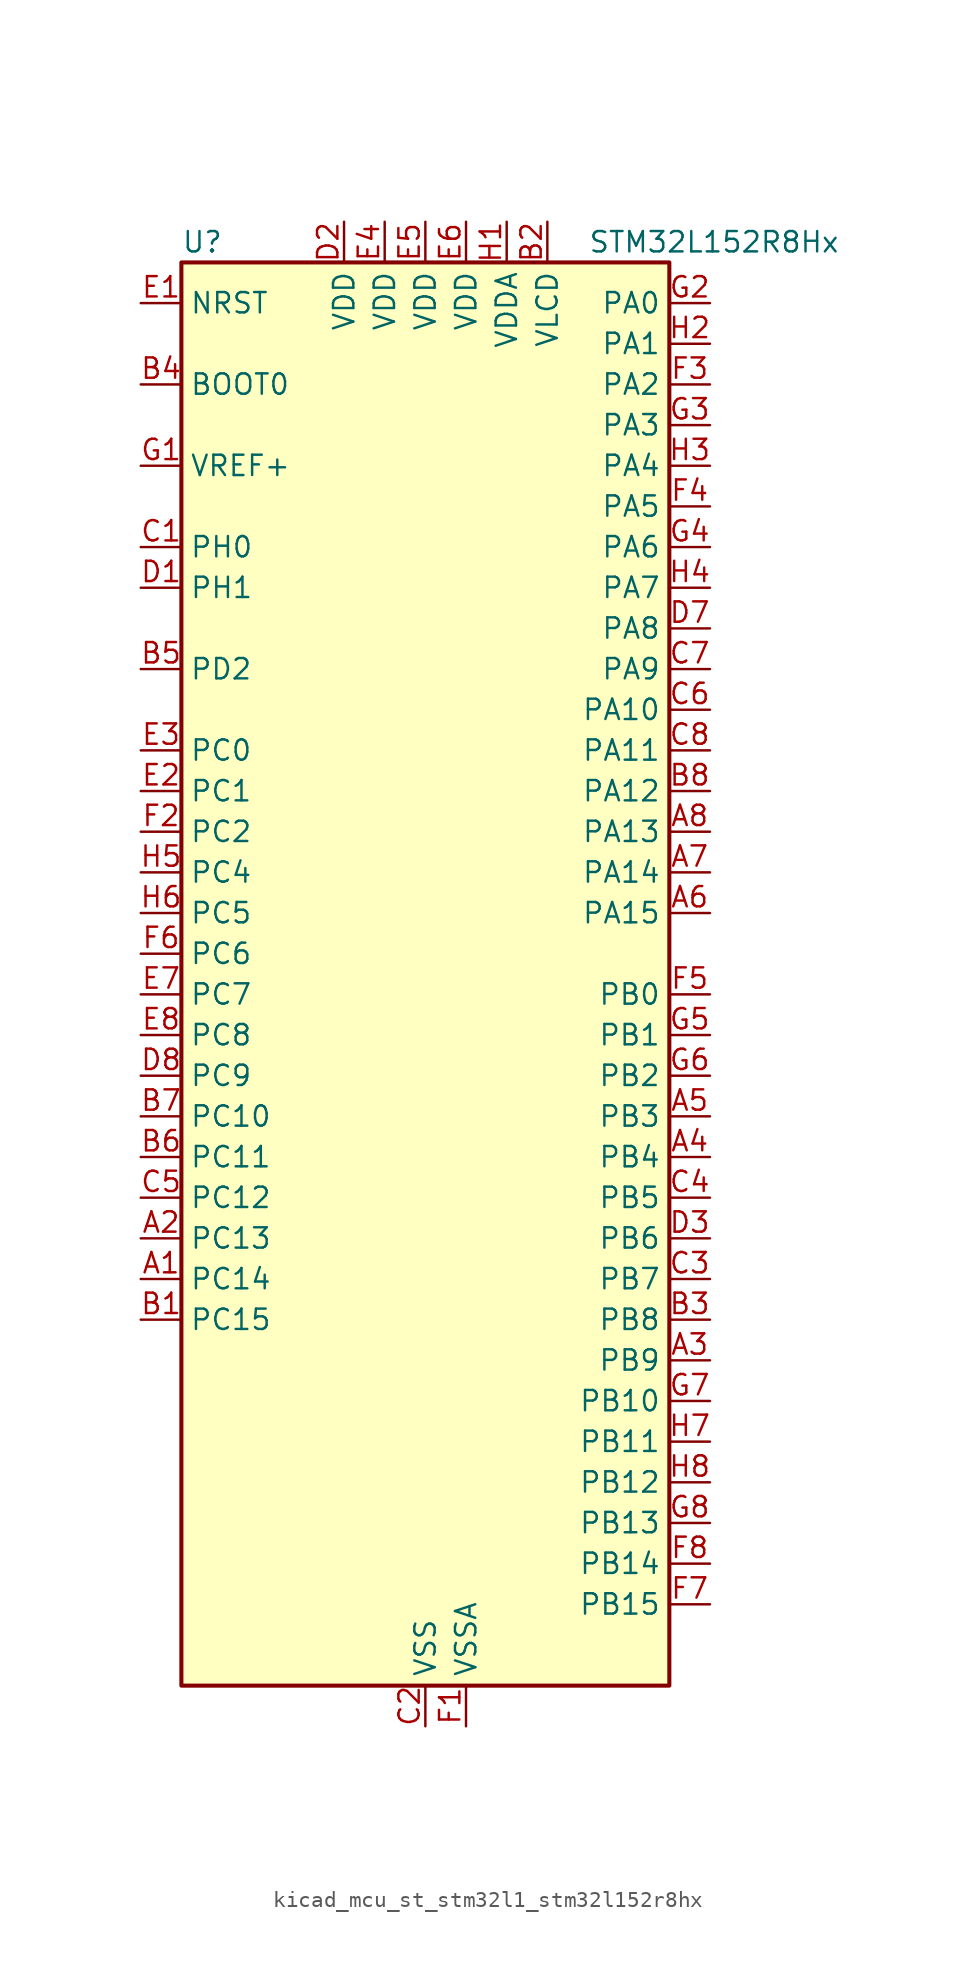
<source format=kicad_sym>
(kicad_symbol_lib
  (version 20220914)
  (generator kicad_symbol_editor)
  (symbol "kicad_mcu_st_stm32l1_stm32l152r8hx"
    (property "Reference" "U"
      (at -15.24 46.99 0)
      (effects (font (size 1.27 1.27)) (justify left)))
    (property "Value" "STM32L152R8Hx"
      (at 10.16 46.99 0)
      (effects (font (size 1.27 1.27)) (justify left)))
    (property "ki_locked" ""
      (at 0 0 0)
      (effects (font (size 1.27 1.27))))
    (symbol "kicad_mcu_st_stm32l1_stm32l152r8hx_0_1"
      (rectangle (start -15.24 -43.18) (end 15.24 45.72) (stroke (width 0.254) (type default)) (fill (type background))))
    (symbol "kicad_mcu_st_stm32l1_stm32l152r8hx_1_1"
      (pin bidirectional line (at -17.78 -17.78 0) (length 2.54) (name "PC14" (effects (font (size 1.27 1.27)))) (number "A1" (effects (font (size 1.27 1.27)))) (alternate "RCC_OSC32_IN" bidirectional line) (alternate "TIMX_IC3" bidirectional line))
      (pin bidirectional line (at -17.78 -15.24 0) (length 2.54) (name "PC13" (effects (font (size 1.27 1.27)))) (number "A2" (effects (font (size 1.27 1.27)))) (alternate "RTC_OUT_ALARM" bidirectional line) (alternate "RTC_OUT_CALIB" bidirectional line) (alternate "RTC_TAMP1" bidirectional line) (alternate "RTC_TS" bidirectional line) (alternate "SYS_WKUP2" bidirectional line) (alternate "TIMX_IC2" bidirectional line))
      (pin bidirectional line (at 17.78 -22.86 180) (length 2.54) (name "PB9" (effects (font (size 1.27 1.27)))) (number "A3" (effects (font (size 1.27 1.27)))) (alternate "DAC_EXTI9" bidirectional line) (alternate "I2C1_SDA" bidirectional line) (alternate "LCD_COM3" bidirectional line) (alternate "TIM11_CH1" bidirectional line) (alternate "TIM4_CH4" bidirectional line))
      (pin bidirectional line (at 17.78 -10.16 180) (length 2.54) (name "PB4" (effects (font (size 1.27 1.27)))) (number "A4" (effects (font (size 1.27 1.27)))) (alternate "COMP2_INP" bidirectional line) (alternate "LCD_SEG8" bidirectional line) (alternate "SPI1_MISO" bidirectional line) (alternate "SYS_JTRST" bidirectional line) (alternate "TIM3_CH1" bidirectional line) (alternate "TS_G6_IO1" bidirectional line))
      (pin bidirectional line (at 17.78 -7.62 180) (length 2.54) (name "PB3" (effects (font (size 1.27 1.27)))) (number "A5" (effects (font (size 1.27 1.27)))) (alternate "COMP2_INM" bidirectional line) (alternate "LCD_SEG7" bidirectional line) (alternate "SPI1_SCK" bidirectional line) (alternate "SYS_JTDO-TRACESWO" bidirectional line) (alternate "TIM2_CH2" bidirectional line))
      (pin bidirectional line (at 17.78 5.08 180) (length 2.54) (name "PA15" (effects (font (size 1.27 1.27)))) (number "A6" (effects (font (size 1.27 1.27)))) (alternate "ADC_EXTI15" bidirectional line) (alternate "LCD_SEG17" bidirectional line) (alternate "SPI1_NSS" bidirectional line) (alternate "SYS_JTDI" bidirectional line) (alternate "TIM2_CH1" bidirectional line) (alternate "TIM2_ETR" bidirectional line) (alternate "TIMX_IC4" bidirectional line) (alternate "TS_G5_IO3" bidirectional line))
      (pin bidirectional line (at 17.78 7.62 180) (length 2.54) (name "PA14" (effects (font (size 1.27 1.27)))) (number "A7" (effects (font (size 1.27 1.27)))) (alternate "SYS_JTCK-SWCLK" bidirectional line) (alternate "TIMX_IC3" bidirectional line) (alternate "TS_G5_IO2" bidirectional line))
      (pin bidirectional line (at 17.78 10.16 180) (length 2.54) (name "PA13" (effects (font (size 1.27 1.27)))) (number "A8" (effects (font (size 1.27 1.27)))) (alternate "SYS_JTMS-SWDIO" bidirectional line) (alternate "TIMX_IC2" bidirectional line) (alternate "TS_G5_IO1" bidirectional line))
      (pin bidirectional line (at -17.78 -20.32 0) (length 2.54) (name "PC15" (effects (font (size 1.27 1.27)))) (number "B1" (effects (font (size 1.27 1.27)))) (alternate "ADC_EXTI15" bidirectional line) (alternate "RCC_OSC32_OUT" bidirectional line) (alternate "TIMX_IC4" bidirectional line))
      (pin power_in line (at 7.62 48.26 270) (length 2.54) (name "VLCD" (effects (font (size 1.27 1.27)))) (number "B2" (effects (font (size 1.27 1.27)))))
      (pin bidirectional line (at 17.78 -20.32 180) (length 2.54) (name "PB8" (effects (font (size 1.27 1.27)))) (number "B3" (effects (font (size 1.27 1.27)))) (alternate "I2C1_SCL" bidirectional line) (alternate "LCD_SEG16" bidirectional line) (alternate "TIM10_CH1" bidirectional line) (alternate "TIM4_CH3" bidirectional line))
      (pin input line (at -17.78 38.1 0) (length 2.54) (name "BOOT0" (effects (font (size 1.27 1.27)))) (number "B4" (effects (font (size 1.27 1.27)))))
      (pin bidirectional line (at -17.78 20.32 0) (length 2.54) (name "PD2" (effects (font (size 1.27 1.27)))) (number "B5" (effects (font (size 1.27 1.27)))) (alternate "LCD_COM7" bidirectional line) (alternate "LCD_SEG31" bidirectional line) (alternate "TIM3_ETR" bidirectional line) (alternate "TIMX_IC3" bidirectional line))
      (pin bidirectional line (at -17.78 -10.16 0) (length 2.54) (name "PC11" (effects (font (size 1.27 1.27)))) (number "B6" (effects (font (size 1.27 1.27)))) (alternate "ADC_EXTI11" bidirectional line) (alternate "LCD_COM5" bidirectional line) (alternate "LCD_SEG29" bidirectional line) (alternate "TIMX_IC4" bidirectional line) (alternate "USART3_RX" bidirectional line))
      (pin bidirectional line (at -17.78 -7.62 0) (length 2.54) (name "PC10" (effects (font (size 1.27 1.27)))) (number "B7" (effects (font (size 1.27 1.27)))) (alternate "LCD_COM4" bidirectional line) (alternate "LCD_SEG28" bidirectional line) (alternate "TIMX_IC3" bidirectional line) (alternate "USART3_TX" bidirectional line))
      (pin bidirectional line (at 17.78 12.7 180) (length 2.54) (name "PA12" (effects (font (size 1.27 1.27)))) (number "B8" (effects (font (size 1.27 1.27)))) (alternate "SPI1_MOSI" bidirectional line) (alternate "TIMX_IC1" bidirectional line) (alternate "USART1_RTS" bidirectional line) (alternate "USB_DP" bidirectional line))
      (pin bidirectional line (at -17.78 27.94 0) (length 2.54) (name "PH0" (effects (font (size 1.27 1.27)))) (number "C1" (effects (font (size 1.27 1.27)))) (alternate "RCC_OSC_IN" bidirectional line))
      (pin power_in line (at 0 -45.72 90) (length 2.54) (name "VSS" (effects (font (size 1.27 1.27)))) (number "C2" (effects (font (size 1.27 1.27)))))
      (pin bidirectional line (at 17.78 -17.78 180) (length 2.54) (name "PB7" (effects (font (size 1.27 1.27)))) (number "C3" (effects (font (size 1.27 1.27)))) (alternate "I2C1_SDA" bidirectional line) (alternate "SYS_PVD_IN" bidirectional line) (alternate "TIM4_CH2" bidirectional line) (alternate "USART1_RX" bidirectional line))
      (pin bidirectional line (at 17.78 -12.7 180) (length 2.54) (name "PB5" (effects (font (size 1.27 1.27)))) (number "C4" (effects (font (size 1.27 1.27)))) (alternate "COMP2_INP" bidirectional line) (alternate "I2C1_SMBA" bidirectional line) (alternate "LCD_SEG9" bidirectional line) (alternate "SPI1_MOSI" bidirectional line) (alternate "TIM3_CH2" bidirectional line) (alternate "TS_G6_IO2" bidirectional line))
      (pin bidirectional line (at -17.78 -12.7 0) (length 2.54) (name "PC12" (effects (font (size 1.27 1.27)))) (number "C5" (effects (font (size 1.27 1.27)))) (alternate "LCD_COM6" bidirectional line) (alternate "LCD_SEG30" bidirectional line) (alternate "TIMX_IC1" bidirectional line) (alternate "USART3_CK" bidirectional line))
      (pin bidirectional line (at 17.78 17.78 180) (length 2.54) (name "PA10" (effects (font (size 1.27 1.27)))) (number "C6" (effects (font (size 1.27 1.27)))) (alternate "LCD_COM2" bidirectional line) (alternate "TIMX_IC3" bidirectional line) (alternate "TS_G4_IO3" bidirectional line) (alternate "USART1_RX" bidirectional line))
      (pin bidirectional line (at 17.78 20.32 180) (length 2.54) (name "PA9" (effects (font (size 1.27 1.27)))) (number "C7" (effects (font (size 1.27 1.27)))) (alternate "DAC_EXTI9" bidirectional line) (alternate "LCD_COM1" bidirectional line) (alternate "TIMX_IC2" bidirectional line) (alternate "TS_G4_IO2" bidirectional line) (alternate "USART1_TX" bidirectional line))
      (pin bidirectional line (at 17.78 15.24 180) (length 2.54) (name "PA11" (effects (font (size 1.27 1.27)))) (number "C8" (effects (font (size 1.27 1.27)))) (alternate "ADC_EXTI11" bidirectional line) (alternate "SPI1_MISO" bidirectional line) (alternate "TIMX_IC4" bidirectional line) (alternate "USART1_CTS" bidirectional line) (alternate "USB_DM" bidirectional line))
      (pin bidirectional line (at -17.78 25.4 0) (length 2.54) (name "PH1" (effects (font (size 1.27 1.27)))) (number "D1" (effects (font (size 1.27 1.27)))) (alternate "RCC_OSC_OUT" bidirectional line))
      (pin power_in line (at -5.08 48.26 270) (length 2.54) (name "VDD" (effects (font (size 1.27 1.27)))) (number "D2" (effects (font (size 1.27 1.27)))))
      (pin bidirectional line (at 17.78 -15.24 180) (length 2.54) (name "PB6" (effects (font (size 1.27 1.27)))) (number "D3" (effects (font (size 1.27 1.27)))) (alternate "I2C1_SCL" bidirectional line) (alternate "TIM4_CH1" bidirectional line) (alternate "USART1_TX" bidirectional line))
      (pin passive line (at 0 -45.72 90) (length 2.54) hide (name "VSS" (effects (font (size 1.27 1.27)))) (number "D4" (effects (font (size 1.27 1.27)))))
      (pin passive line (at 0 -45.72 90) (length 2.54) hide (name "VSS" (effects (font (size 1.27 1.27)))) (number "D5" (effects (font (size 1.27 1.27)))))
      (pin passive line (at 0 -45.72 90) (length 2.54) hide (name "VSS" (effects (font (size 1.27 1.27)))) (number "D6" (effects (font (size 1.27 1.27)))))
      (pin bidirectional line (at 17.78 22.86 180) (length 2.54) (name "PA8" (effects (font (size 1.27 1.27)))) (number "D7" (effects (font (size 1.27 1.27)))) (alternate "LCD_COM0" bidirectional line) (alternate "RCC_MCO" bidirectional line) (alternate "TIMX_IC1" bidirectional line) (alternate "TS_G4_IO1" bidirectional line) (alternate "USART1_CK" bidirectional line))
      (pin bidirectional line (at -17.78 -5.08 0) (length 2.54) (name "PC9" (effects (font (size 1.27 1.27)))) (number "D8" (effects (font (size 1.27 1.27)))) (alternate "DAC_EXTI9" bidirectional line) (alternate "LCD_SEG27" bidirectional line) (alternate "TIM3_CH4" bidirectional line) (alternate "TIMX_IC2" bidirectional line) (alternate "TS_G10_IO4" bidirectional line))
      (pin input line (at -17.78 43.18 0) (length 2.54) (name "NRST" (effects (font (size 1.27 1.27)))) (number "E1" (effects (font (size 1.27 1.27)))))
      (pin bidirectional line (at -17.78 12.7 0) (length 2.54) (name "PC1" (effects (font (size 1.27 1.27)))) (number "E2" (effects (font (size 1.27 1.27)))) (alternate "ADC_IN11" bidirectional line) (alternate "COMP1_INP" bidirectional line) (alternate "LCD_SEG19" bidirectional line) (alternate "TIMX_IC2" bidirectional line) (alternate "TS_G8_IO2" bidirectional line))
      (pin bidirectional line (at -17.78 15.24 0) (length 2.54) (name "PC0" (effects (font (size 1.27 1.27)))) (number "E3" (effects (font (size 1.27 1.27)))) (alternate "ADC_IN10" bidirectional line) (alternate "COMP1_INP" bidirectional line) (alternate "LCD_SEG18" bidirectional line) (alternate "TIMX_IC1" bidirectional line) (alternate "TS_G8_IO1" bidirectional line))
      (pin power_in line (at -2.54 48.26 270) (length 2.54) (name "VDD" (effects (font (size 1.27 1.27)))) (number "E4" (effects (font (size 1.27 1.27)))))
      (pin power_in line (at 0 48.26 270) (length 2.54) (name "VDD" (effects (font (size 1.27 1.27)))) (number "E5" (effects (font (size 1.27 1.27)))))
      (pin power_in line (at 2.54 48.26 270) (length 2.54) (name "VDD" (effects (font (size 1.27 1.27)))) (number "E6" (effects (font (size 1.27 1.27)))))
      (pin bidirectional line (at -17.78 0 0) (length 2.54) (name "PC7" (effects (font (size 1.27 1.27)))) (number "E7" (effects (font (size 1.27 1.27)))) (alternate "LCD_SEG25" bidirectional line) (alternate "TIM3_CH2" bidirectional line) (alternate "TIMX_IC4" bidirectional line) (alternate "TS_G10_IO2" bidirectional line))
      (pin bidirectional line (at -17.78 -2.54 0) (length 2.54) (name "PC8" (effects (font (size 1.27 1.27)))) (number "E8" (effects (font (size 1.27 1.27)))) (alternate "LCD_SEG26" bidirectional line) (alternate "TIM3_CH3" bidirectional line) (alternate "TIMX_IC1" bidirectional line) (alternate "TS_G10_IO3" bidirectional line))
      (pin power_in line (at 2.54 -45.72 90) (length 2.54) (name "VSSA" (effects (font (size 1.27 1.27)))) (number "F1" (effects (font (size 1.27 1.27)))))
      (pin bidirectional line (at -17.78 10.16 0) (length 2.54) (name "PC2" (effects (font (size 1.27 1.27)))) (number "F2" (effects (font (size 1.27 1.27)))) (alternate "ADC_IN12" bidirectional line) (alternate "COMP1_INP" bidirectional line) (alternate "LCD_SEG20" bidirectional line) (alternate "TIMX_IC3" bidirectional line) (alternate "TS_G8_IO3" bidirectional line))
      (pin bidirectional line (at 17.78 38.1 180) (length 2.54) (name "PA2" (effects (font (size 1.27 1.27)))) (number "F3" (effects (font (size 1.27 1.27)))) (alternate "ADC_IN2" bidirectional line) (alternate "COMP1_INP" bidirectional line) (alternate "LCD_SEG1" bidirectional line) (alternate "TIM2_CH3" bidirectional line) (alternate "TIM9_CH1" bidirectional line) (alternate "TIMX_IC3" bidirectional line) (alternate "TS_G1_IO3" bidirectional line) (alternate "USART2_TX" bidirectional line))
      (pin bidirectional line (at 17.78 30.48 180) (length 2.54) (name "PA5" (effects (font (size 1.27 1.27)))) (number "F4" (effects (font (size 1.27 1.27)))) (alternate "ADC_IN5" bidirectional line) (alternate "COMP1_INP" bidirectional line) (alternate "DAC_OUT2" bidirectional line) (alternate "SPI1_SCK" bidirectional line) (alternate "TIM2_CH1" bidirectional line) (alternate "TIM2_ETR" bidirectional line) (alternate "TIMX_IC2" bidirectional line))
      (pin bidirectional line (at 17.78 0 180) (length 2.54) (name "PB0" (effects (font (size 1.27 1.27)))) (number "F5" (effects (font (size 1.27 1.27)))) (alternate "ADC_IN8" bidirectional line) (alternate "COMP1_INP" bidirectional line) (alternate "LCD_SEG5" bidirectional line) (alternate "SYS_V_REF_OUT" bidirectional line) (alternate "TIM3_CH3" bidirectional line) (alternate "TS_G3_IO1" bidirectional line))
      (pin bidirectional line (at -17.78 2.54 0) (length 2.54) (name "PC6" (effects (font (size 1.27 1.27)))) (number "F6" (effects (font (size 1.27 1.27)))) (alternate "LCD_SEG24" bidirectional line) (alternate "TIM3_CH1" bidirectional line) (alternate "TIMX_IC3" bidirectional line) (alternate "TS_G10_IO1" bidirectional line))
      (pin bidirectional line (at 17.78 -38.1 180) (length 2.54) (name "PB15" (effects (font (size 1.27 1.27)))) (number "F7" (effects (font (size 1.27 1.27)))) (alternate "ADC_EXTI15" bidirectional line) (alternate "ADC_IN21" bidirectional line) (alternate "COMP1_INP" bidirectional line) (alternate "LCD_SEG15" bidirectional line) (alternate "RTC_REFIN" bidirectional line) (alternate "SPI2_MOSI" bidirectional line) (alternate "TIM11_CH1" bidirectional line) (alternate "TS_G7_IO4" bidirectional line))
      (pin bidirectional line (at 17.78 -35.56 180) (length 2.54) (name "PB14" (effects (font (size 1.27 1.27)))) (number "F8" (effects (font (size 1.27 1.27)))) (alternate "ADC_IN20" bidirectional line) (alternate "COMP1_INP" bidirectional line) (alternate "LCD_SEG14" bidirectional line) (alternate "SPI2_MISO" bidirectional line) (alternate "TIM9_CH2" bidirectional line) (alternate "TS_G7_IO3" bidirectional line) (alternate "USART3_RTS" bidirectional line))
      (pin input line (at -17.78 33.02 0) (length 2.54) (name "VREF+" (effects (font (size 1.27 1.27)))) (number "G1" (effects (font (size 1.27 1.27)))))
      (pin bidirectional line (at 17.78 43.18 180) (length 2.54) (name "PA0" (effects (font (size 1.27 1.27)))) (number "G2" (effects (font (size 1.27 1.27)))) (alternate "ADC_IN0" bidirectional line) (alternate "COMP1_INP" bidirectional line) (alternate "SYS_WKUP1" bidirectional line) (alternate "TIM2_CH1" bidirectional line) (alternate "TIM2_ETR" bidirectional line) (alternate "TIMX_IC1" bidirectional line) (alternate "TS_G1_IO1" bidirectional line) (alternate "USART2_CTS" bidirectional line))
      (pin bidirectional line (at 17.78 35.56 180) (length 2.54) (name "PA3" (effects (font (size 1.27 1.27)))) (number "G3" (effects (font (size 1.27 1.27)))) (alternate "ADC_IN3" bidirectional line) (alternate "COMP1_INP" bidirectional line) (alternate "LCD_SEG2" bidirectional line) (alternate "TIM2_CH4" bidirectional line) (alternate "TIM9_CH2" bidirectional line) (alternate "TIMX_IC4" bidirectional line) (alternate "TS_G1_IO4" bidirectional line) (alternate "USART2_RX" bidirectional line))
      (pin bidirectional line (at 17.78 27.94 180) (length 2.54) (name "PA6" (effects (font (size 1.27 1.27)))) (number "G4" (effects (font (size 1.27 1.27)))) (alternate "ADC_IN6" bidirectional line) (alternate "COMP1_INP" bidirectional line) (alternate "LCD_SEG3" bidirectional line) (alternate "SPI1_MISO" bidirectional line) (alternate "TIM10_CH1" bidirectional line) (alternate "TIM3_CH1" bidirectional line) (alternate "TIMX_IC3" bidirectional line) (alternate "TS_G2_IO1" bidirectional line))
      (pin bidirectional line (at 17.78 -2.54 180) (length 2.54) (name "PB1" (effects (font (size 1.27 1.27)))) (number "G5" (effects (font (size 1.27 1.27)))) (alternate "ADC_IN9" bidirectional line) (alternate "COMP1_INP" bidirectional line) (alternate "LCD_SEG6" bidirectional line) (alternate "SYS_V_REF_OUT" bidirectional line) (alternate "TIM3_CH4" bidirectional line) (alternate "TS_G3_IO2" bidirectional line))
      (pin bidirectional line (at 17.78 -5.08 180) (length 2.54) (name "PB2" (effects (font (size 1.27 1.27)))) (number "G6" (effects (font (size 1.27 1.27)))))
      (pin bidirectional line (at 17.78 -25.4 180) (length 2.54) (name "PB10" (effects (font (size 1.27 1.27)))) (number "G7" (effects (font (size 1.27 1.27)))) (alternate "I2C2_SCL" bidirectional line) (alternate "LCD_SEG10" bidirectional line) (alternate "TIM2_CH3" bidirectional line) (alternate "USART3_TX" bidirectional line))
      (pin bidirectional line (at 17.78 -33.02 180) (length 2.54) (name "PB13" (effects (font (size 1.27 1.27)))) (number "G8" (effects (font (size 1.27 1.27)))) (alternate "ADC_IN19" bidirectional line) (alternate "COMP1_INP" bidirectional line) (alternate "LCD_SEG13" bidirectional line) (alternate "SPI2_SCK" bidirectional line) (alternate "TIM9_CH1" bidirectional line) (alternate "TS_G7_IO2" bidirectional line) (alternate "USART3_CTS" bidirectional line))
      (pin power_in line (at 5.08 48.26 270) (length 2.54) (name "VDDA" (effects (font (size 1.27 1.27)))) (number "H1" (effects (font (size 1.27 1.27)))))
      (pin bidirectional line (at 17.78 40.64 180) (length 2.54) (name "PA1" (effects (font (size 1.27 1.27)))) (number "H2" (effects (font (size 1.27 1.27)))) (alternate "ADC_IN1" bidirectional line) (alternate "COMP1_INP" bidirectional line) (alternate "LCD_SEG0" bidirectional line) (alternate "TIM2_CH2" bidirectional line) (alternate "TIMX_IC2" bidirectional line) (alternate "TS_G1_IO2" bidirectional line) (alternate "USART2_RTS" bidirectional line))
      (pin bidirectional line (at 17.78 33.02 180) (length 2.54) (name "PA4" (effects (font (size 1.27 1.27)))) (number "H3" (effects (font (size 1.27 1.27)))) (alternate "ADC_IN4" bidirectional line) (alternate "COMP1_INP" bidirectional line) (alternate "DAC_OUT1" bidirectional line) (alternate "SPI1_NSS" bidirectional line) (alternate "TIMX_IC1" bidirectional line) (alternate "USART2_CK" bidirectional line))
      (pin bidirectional line (at 17.78 25.4 180) (length 2.54) (name "PA7" (effects (font (size 1.27 1.27)))) (number "H4" (effects (font (size 1.27 1.27)))) (alternate "ADC_IN7" bidirectional line) (alternate "COMP1_INP" bidirectional line) (alternate "LCD_SEG4" bidirectional line) (alternate "SPI1_MOSI" bidirectional line) (alternate "TIM11_CH1" bidirectional line) (alternate "TIM3_CH2" bidirectional line) (alternate "TIMX_IC4" bidirectional line) (alternate "TS_G2_IO2" bidirectional line))
      (pin bidirectional line (at -17.78 7.62 0) (length 2.54) (name "PC4" (effects (font (size 1.27 1.27)))) (number "H5" (effects (font (size 1.27 1.27)))) (alternate "ADC_IN14" bidirectional line) (alternate "COMP1_INP" bidirectional line) (alternate "LCD_SEG22" bidirectional line) (alternate "TIMX_IC1" bidirectional line) (alternate "TS_G9_IO1" bidirectional line))
      (pin bidirectional line (at -17.78 5.08 0) (length 2.54) (name "PC5" (effects (font (size 1.27 1.27)))) (number "H6" (effects (font (size 1.27 1.27)))) (alternate "ADC_IN15" bidirectional line) (alternate "COMP1_INP" bidirectional line) (alternate "LCD_SEG23" bidirectional line) (alternate "TIMX_IC2" bidirectional line) (alternate "TS_G9_IO2" bidirectional line))
      (pin bidirectional line (at 17.78 -27.94 180) (length 2.54) (name "PB11" (effects (font (size 1.27 1.27)))) (number "H7" (effects (font (size 1.27 1.27)))) (alternate "ADC_EXTI11" bidirectional line) (alternate "I2C2_SDA" bidirectional line) (alternate "LCD_SEG11" bidirectional line) (alternate "TIM2_CH4" bidirectional line) (alternate "USART3_RX" bidirectional line))
      (pin bidirectional line (at 17.78 -30.48 180) (length 2.54) (name "PB12" (effects (font (size 1.27 1.27)))) (number "H8" (effects (font (size 1.27 1.27)))) (alternate "ADC_IN18" bidirectional line) (alternate "COMP1_INP" bidirectional line) (alternate "I2C2_SMBA" bidirectional line) (alternate "LCD_SEG12" bidirectional line) (alternate "SPI2_NSS" bidirectional line) (alternate "TIM10_CH1" bidirectional line) (alternate "TS_G7_IO1" bidirectional line) (alternate "USART3_CK" bidirectional line)))))
</source>
